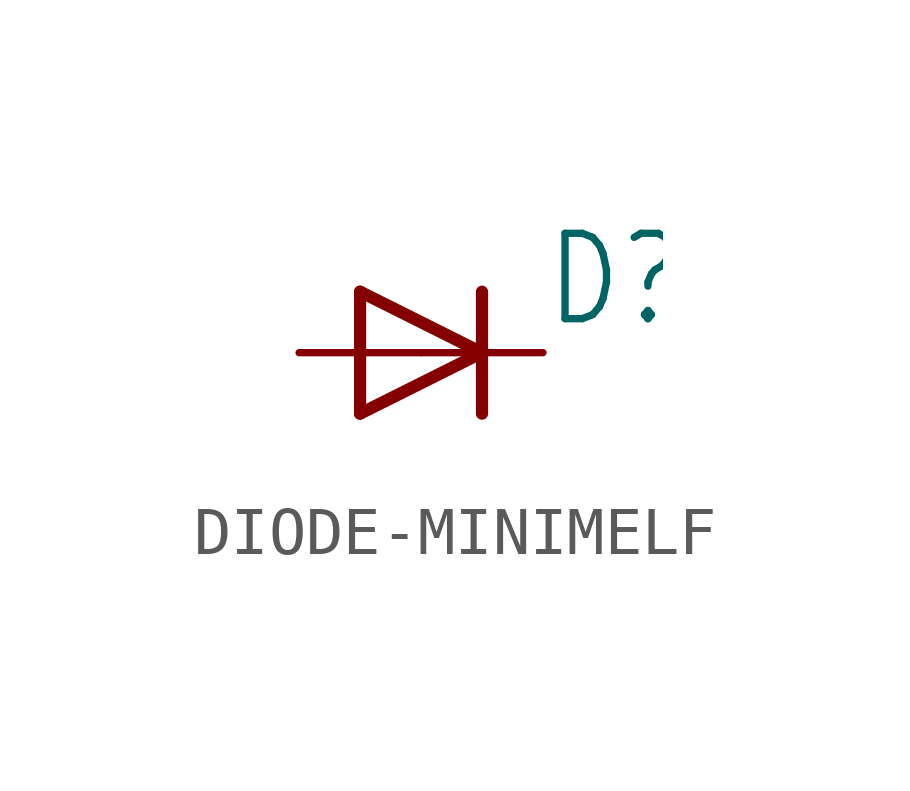
<source format=kicad_sym>
(kicad_symbol_lib
  (version 20241209)
  (generator "kicad_symbol_editor")
  (generator_version "9.0")
  (symbol "DIODE-MINIMELF"
    (property "Reference" "D"
      (at 2.54 0.483 0)
      (effects (font (size 1.778 1.511)) (justify left bottom)))
    (property "Value" ""
      (at 2.54 -2.311 0)
      (effects (font (size 1.778 1.511)) (justify left bottom)))
    (property "ki_locked" ""
      (at 0 0 0)
      (effects (font (size 1.27 1.27))))
    (symbol "DIODE-MINIMELF_1_0"
      (polyline (pts (xy -1.27 1.27) (xy -1.27 -1.27)) (stroke (width 0.254) (type solid)) (fill (type none)))
      (polyline (pts (xy -1.27 -1.27) (xy 1.27 0)) (stroke (width 0.254) (type solid)) (fill (type none)))
      (polyline (pts (xy 1.27 1.27) (xy 1.27 0)) (stroke (width 0.254) (type solid)) (fill (type none)))
      (polyline (pts (xy 1.27 0) (xy -1.27 1.27)) (stroke (width 0.254) (type solid)) (fill (type none)))
      (polyline (pts (xy 1.27 0) (xy 1.27 -1.27)) (stroke (width 0.254) (type solid)) (fill (type none)))
      (pin passive line (at -2.54 0 0) (length 2.54) (name "A" (effects (font (size 0 0)))) (number "A" (effects (font (size 0 0)))))
      (pin passive line (at 2.54 0 180) (length 2.54) (name "C" (effects (font (size 0 0)))) (number "C" (effects (font (size 0 0))))))))
</source>
